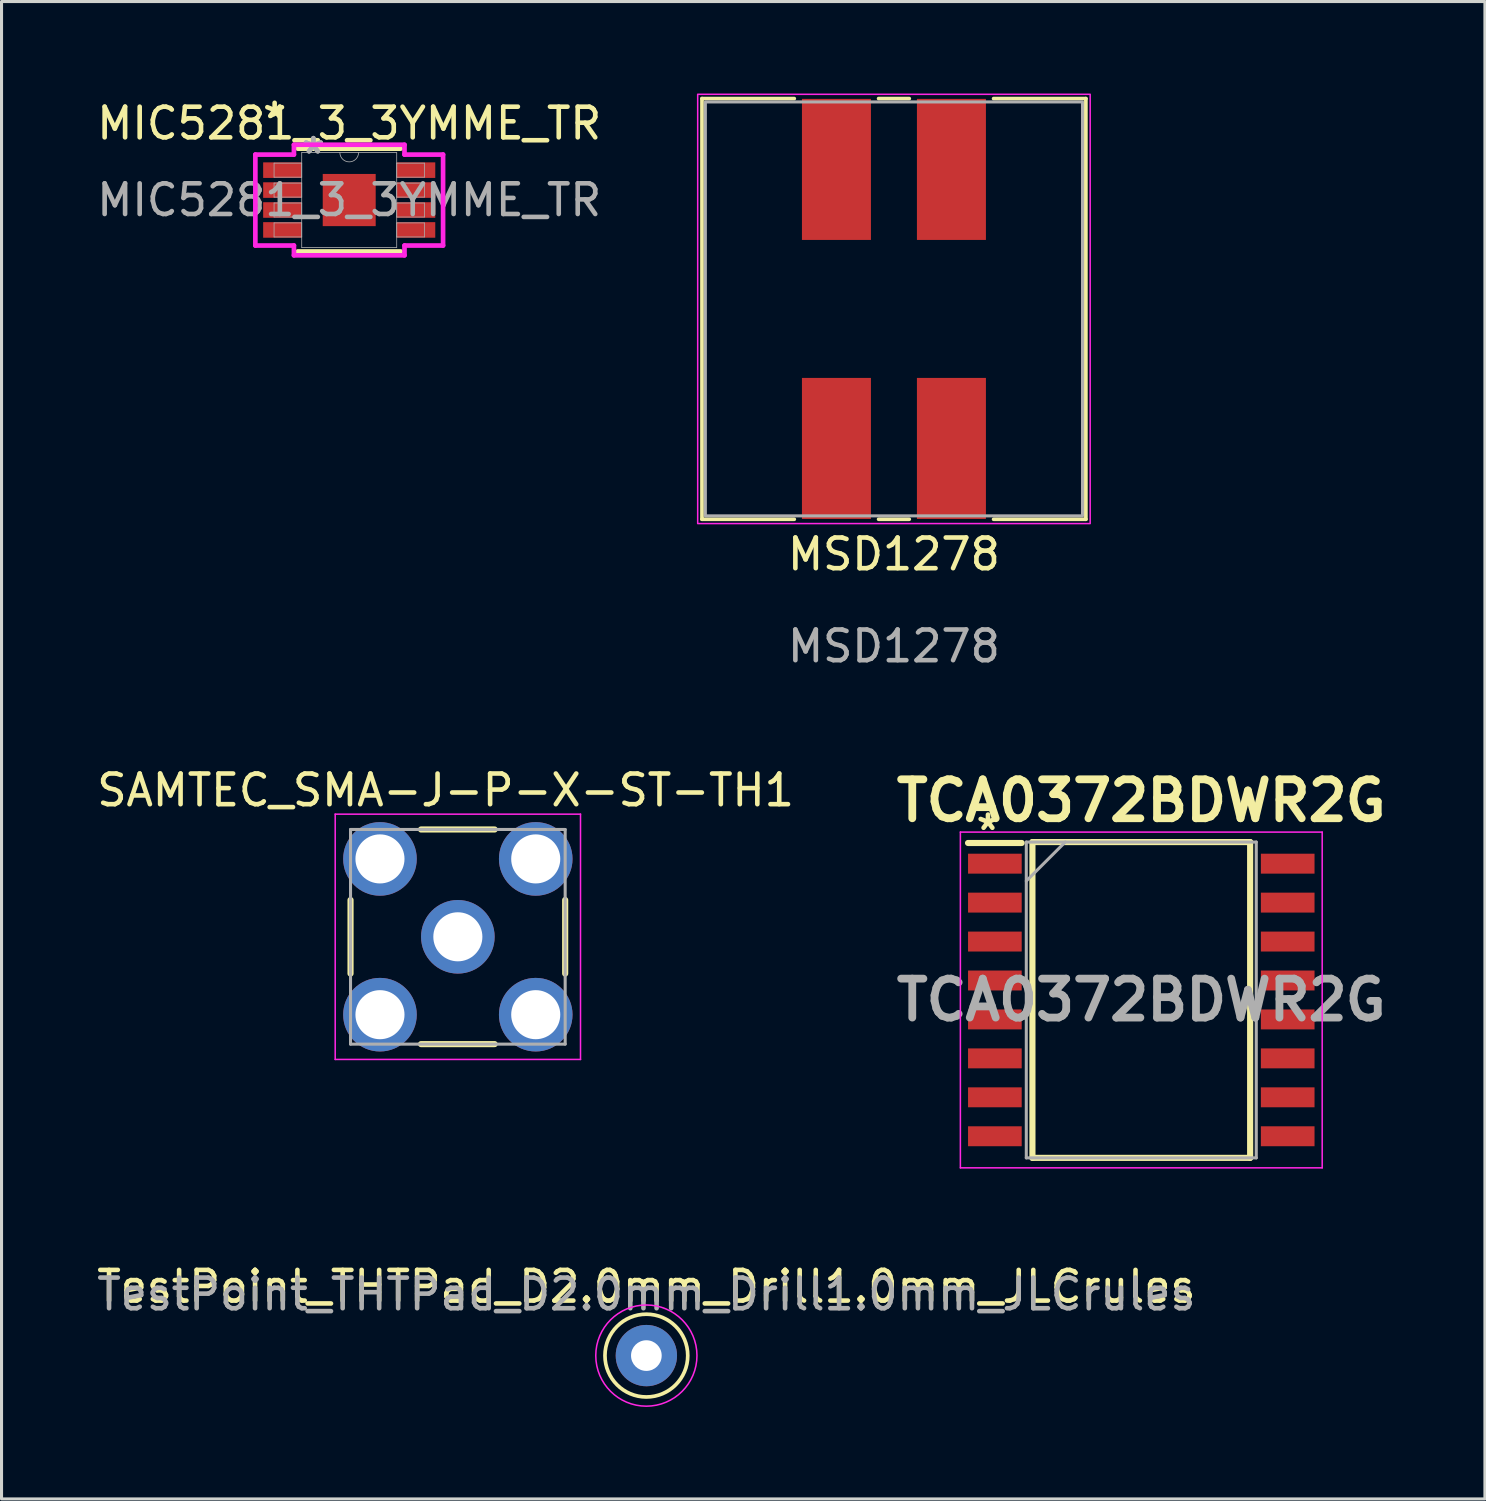
<source format=kicad_pcb>
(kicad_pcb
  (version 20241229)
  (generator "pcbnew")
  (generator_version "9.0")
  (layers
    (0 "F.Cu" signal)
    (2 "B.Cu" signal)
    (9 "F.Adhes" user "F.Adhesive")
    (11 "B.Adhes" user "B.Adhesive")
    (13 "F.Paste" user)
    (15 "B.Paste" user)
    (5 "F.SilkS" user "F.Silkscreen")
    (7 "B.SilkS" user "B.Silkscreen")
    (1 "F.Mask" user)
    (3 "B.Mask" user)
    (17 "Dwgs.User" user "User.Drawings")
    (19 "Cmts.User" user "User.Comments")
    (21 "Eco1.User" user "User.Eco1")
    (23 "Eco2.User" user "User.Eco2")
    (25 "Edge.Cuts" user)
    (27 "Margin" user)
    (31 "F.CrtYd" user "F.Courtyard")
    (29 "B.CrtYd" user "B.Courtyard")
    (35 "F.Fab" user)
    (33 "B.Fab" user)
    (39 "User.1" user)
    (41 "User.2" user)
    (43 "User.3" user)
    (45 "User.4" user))
  (footprint "MSD1278"
    (layer "F.Cu")
    (at 26.104 7.025)
    (property "Reference" "MSD1278" (at 0 8 0) (unlocked yes) (layer "F.SilkS") (effects (font (size 1 1) (thickness 0.15))))
    (attr smd)
    (fp_line (start -6.26 -6.86) (end -6.26 6.86) (stroke (width 0.12) (type solid)) (layer "F.SilkS"))
    (fp_line (start -6.26 -6.86) (end -3.25 -6.86) (stroke (width 0.12) (type solid)) (layer "F.SilkS"))
    (fp_line (start -6.26 6.86) (end -3.25 6.86) (stroke (width 0.12) (type solid)) (layer "F.SilkS"))
    (fp_line (start -0.5 -6.86) (end 0.5 -6.86) (stroke (width 0.12) (type solid)) (layer "F.SilkS"))
    (fp_line (start -0.5 6.86) (end 0.5 6.86) (stroke (width 0.12) (type solid)) (layer "F.SilkS"))
    (fp_line (start 6.26 -6.86) (end 3.25 -6.86) (stroke (width 0.12) (type solid)) (layer "F.SilkS"))
    (fp_line (start 6.26 -6.86) (end 6.26 6.86) (stroke (width 0.12) (type solid)) (layer "F.SilkS"))
    (fp_line (start 6.26 6.86) (end 3.25 6.86) (stroke (width 0.12) (type solid)) (layer "F.SilkS"))
    (fp_rect (start -6.4 -7) (end 6.4 7) (stroke (width 0.05) (type solid)) (fill no) (layer "F.CrtYd"))
    (fp_rect (start -6.15 -6.75) (end 6.15 6.75) (stroke (width 0.1) (type solid)) (fill no) (layer "F.Fab"))
    (fp_text user "${REFERENCE}" (at 0 11 0) (unlocked yes) (layer "F.Fab") (effects (font (size 1 1) (thickness 0.15))))
    (pad "1" smd rect (at 1.875 -4.55) (size 2.25 4.6) (layers "F.Cu" "F.Mask" "F.Paste"))
    (pad "2" smd rect (at -1.875 -4.55) (size 2.25 4.6) (layers "F.Cu" "F.Mask" "F.Paste"))
    (pad "3" smd rect (at -1.875 4.55) (size 2.25 4.6) (layers "F.Cu" "F.Mask" "F.Paste"))
    (pad "4" smd rect (at 1.875 4.55) (size 2.25 4.6) (layers "F.Cu" "F.Mask" "F.Paste")))
  (footprint "TestPoint_THTPad_D2.0mm_Drill1.0mm_JLCrules"
    (layer "F.Cu")
    (at 18.03 41.16)
    (property "Reference" "TestPoint_THTPad_D2.0mm_Drill1.0mm_JLCrules" (at 0 -2.25 0) (layer "F.SilkS") (effects (font (size 1 1) (thickness 0.15))))
    (attr exclude_from_pos_files exclude_from_bom)
    (fp_circle (center 0 0) (end 1.35 0) (stroke (width 0.12) (type solid)) (fill no) (layer "F.SilkS"))
    (fp_circle (center 0 0) (end 1.65 0) (stroke (width 0.05) (type solid)) (fill no) (layer "F.CrtYd"))
    (fp_text user "${REFERENCE}" (at 0 -2 0) (layer "F.Fab") (effects (font (size 1 1) (thickness 0.15))))
    (pad "1" thru_hole circle (at 0 0) (size 2 2) (drill 1) (layers "*.Cu" "*.Mask")))
  (footprint "SAMTEC_SMA-J-P-X-ST-TH1"
    (layer "F.Cu")
    (at 11.882 27.502)
    (property "Reference" "SAMTEC_SMA-J-P-X-ST-TH1" (at -0.4 -4.78 0) (layer "F.SilkS") (effects (font (size 1 1) (thickness 0.15))))
    (attr through_hole)
    (fp_line (start -3.5 1.2) (end -3.5 -1.2) (stroke (width 0.2) (type solid)) (layer "F.SilkS"))
    (fp_line (start -1.2 -3.5) (end 1.2 -3.5) (stroke (width 0.2) (type solid)) (layer "F.SilkS"))
    (fp_line (start 1.2 3.5) (end -1.2 3.5) (stroke (width 0.2) (type solid)) (layer "F.SilkS"))
    (fp_line (start 3.5 1.2) (end 3.5 -1.2) (stroke (width 0.2) (type solid)) (layer "F.SilkS"))
    (fp_line (start -4 -4) (end -4 4) (stroke (width 0.05) (type solid)) (layer "F.CrtYd"))
    (fp_line (start -4 -4) (end 4 -4) (stroke (width 0.05) (type solid)) (layer "F.CrtYd"))
    (fp_line (start 4 -4) (end 4 4) (stroke (width 0.05) (type solid)) (layer "F.CrtYd"))
    (fp_line (start 4 4) (end -4 4) (stroke (width 0.05) (type solid)) (layer "F.CrtYd"))
    (fp_line (start -3.5 -3.5) (end 3.5 -3.5) (stroke (width 0.1) (type solid)) (layer "F.Fab"))
    (fp_line (start -3.5 3.5) (end -3.5 -3.5) (stroke (width 0.1) (type solid)) (layer "F.Fab"))
    (fp_line (start 3.5 -3.5) (end 3.5 3.5) (stroke (width 0.1) (type solid)) (layer "F.Fab"))
    (fp_line (start 3.5 3.5) (end -3.5 3.5) (stroke (width 0.1) (type solid)) (layer "F.Fab"))
    (pad "1" thru_hole circle (at 0 0) (size 2.4 2.4) (drill 1.6) (layers "*.Cu" "*.Mask"))
    (pad "2" thru_hole circle (at 2.54 2.54) (size 2.4 2.4) (drill 1.6) (layers "*.Cu" "*.Mask"))
    (pad "3" thru_hole circle (at 2.54 -2.54) (size 2.4 2.4) (drill 1.6) (layers "*.Cu" "*.Mask"))
    (pad "4" thru_hole circle (at -2.54 -2.54) (size 2.4 2.4) (drill 1.6) (layers "*.Cu" "*.Mask"))
    (pad "5" thru_hole circle (at -2.54 2.54) (size 2.4 2.4) (drill 1.6) (layers "*.Cu" "*.Mask")))
  (footprint "MIC5281_3_3YMME_TR"
    (layer "F.Cu")
    (at 8.339 3.474)
    (property "Reference" "MIC5281_3_3YMME_TR" (at 0 -2.5 0) (unlocked yes) (layer "F.SilkS") (effects (font (size 1 1) (thickness 0.15))))
    (attr smd)
    (fp_line (start -1.676 1.676) (end 1.676 1.676) (stroke (width 0.152) (type solid)) (layer "F.SilkS"))
    (fp_line (start 1.676 -1.676) (end -1.676 -1.676) (stroke (width 0.152) (type solid)) (layer "F.SilkS"))
    (fp_line (start -3.061 -1.483) (end -1.803 -1.483) (stroke (width 0.152) (type solid)) (layer "F.CrtYd"))
    (fp_line (start -3.061 1.483) (end -3.061 -1.483) (stroke (width 0.152) (type solid)) (layer "F.CrtYd"))
    (fp_line (start -3.061 1.483) (end -1.803 1.483) (stroke (width 0.152) (type solid)) (layer "F.CrtYd"))
    (fp_line (start -1.803 -1.803) (end 1.803 -1.803) (stroke (width 0.152) (type solid)) (layer "F.CrtYd"))
    (fp_line (start -1.803 -1.483) (end -1.803 -1.803) (stroke (width 0.152) (type solid)) (layer "F.CrtYd"))
    (fp_line (start -1.803 1.803) (end -1.803 1.483) (stroke (width 0.152) (type solid)) (layer "F.CrtYd"))
    (fp_line (start 1.803 -1.803) (end 1.803 -1.483) (stroke (width 0.152) (type solid)) (layer "F.CrtYd"))
    (fp_line (start 1.803 1.483) (end 1.803 1.803) (stroke (width 0.152) (type solid)) (layer "F.CrtYd"))
    (fp_line (start 1.803 1.803) (end -1.803 1.803) (stroke (width 0.152) (type solid)) (layer "F.CrtYd"))
    (fp_line (start 3.061 -1.483) (end 1.803 -1.483) (stroke (width 0.152) (type solid)) (layer "F.CrtYd"))
    (fp_line (start 3.061 -1.483) (end 3.061 1.483) (stroke (width 0.152) (type solid)) (layer "F.CrtYd"))
    (fp_line (start 3.061 1.483) (end 1.803 1.483) (stroke (width 0.152) (type solid)) (layer "F.CrtYd"))
    (fp_line (start -2.451 -1.204) (end -2.451 -0.746) (stroke (width 0.025) (type solid)) (layer "F.Fab"))
    (fp_line (start -2.451 -0.746) (end -1.549 -0.746) (stroke (width 0.025) (type solid)) (layer "F.Fab"))
    (fp_line (start -2.451 -0.554) (end -2.451 -0.096) (stroke (width 0.025) (type solid)) (layer "F.Fab"))
    (fp_line (start -2.451 -0.096) (end -1.549 -0.096) (stroke (width 0.025) (type solid)) (layer "F.Fab"))
    (fp_line (start -2.451 0.096) (end -2.451 0.554) (stroke (width 0.025) (type solid)) (layer "F.Fab"))
    (fp_line (start -2.451 0.554) (end -1.549 0.554) (stroke (width 0.025) (type solid)) (layer "F.Fab"))
    (fp_line (start -2.451 0.746) (end -2.451 1.204) (stroke (width 0.025) (type solid)) (layer "F.Fab"))
    (fp_line (start -2.451 1.204) (end -1.549 1.204) (stroke (width 0.025) (type solid)) (layer "F.Fab"))
    (fp_line (start -1.549 -1.549) (end -1.549 1.549) (stroke (width 0.025) (type solid)) (layer "F.Fab"))
    (fp_line (start -1.549 -1.204) (end -2.451 -1.204) (stroke (width 0.025) (type solid)) (layer "F.Fab"))
    (fp_line (start -1.549 -0.746) (end -1.549 -1.204) (stroke (width 0.025) (type solid)) (layer "F.Fab"))
    (fp_line (start -1.549 -0.554) (end -2.451 -0.554) (stroke (width 0.025) (type solid)) (layer "F.Fab"))
    (fp_line (start -1.549 -0.096) (end -1.549 -0.554) (stroke (width 0.025) (type solid)) (layer "F.Fab"))
    (fp_line (start -1.549 0.096) (end -2.451 0.096) (stroke (width 0.025) (type solid)) (layer "F.Fab"))
    (fp_line (start -1.549 0.554) (end -1.549 0.096) (stroke (width 0.025) (type solid)) (layer "F.Fab"))
    (fp_line (start -1.549 0.746) (end -2.451 0.746) (stroke (width 0.025) (type solid)) (layer "F.Fab"))
    (fp_line (start -1.549 1.204) (end -1.549 0.746) (stroke (width 0.025) (type solid)) (layer "F.Fab"))
    (fp_line (start -1.549 1.549) (end 1.549 1.549) (stroke (width 0.025) (type solid)) (layer "F.Fab"))
    (fp_line (start 1.549 -1.549) (end -1.549 -1.549) (stroke (width 0.025) (type solid)) (layer "F.Fab"))
    (fp_line (start 1.549 -1.204) (end 1.549 -0.746) (stroke (width 0.025) (type solid)) (layer "F.Fab"))
    (fp_line (start 1.549 -0.746) (end 2.451 -0.746) (stroke (width 0.025) (type solid)) (layer "F.Fab"))
    (fp_line (start 1.549 -0.554) (end 1.549 -0.096) (stroke (width 0.025) (type solid)) (layer "F.Fab"))
    (fp_line (start 1.549 -0.096) (end 2.451 -0.096) (stroke (width 0.025) (type solid)) (layer "F.Fab"))
    (fp_line (start 1.549 0.096) (end 1.549 0.554) (stroke (width 0.025) (type solid)) (layer "F.Fab"))
    (fp_line (start 1.549 0.554) (end 2.451 0.554) (stroke (width 0.025) (type solid)) (layer "F.Fab"))
    (fp_line (start 1.549 0.746) (end 1.549 1.204) (stroke (width 0.025) (type solid)) (layer "F.Fab"))
    (fp_line (start 1.549 1.204) (end 2.451 1.204) (stroke (width 0.025) (type solid)) (layer "F.Fab"))
    (fp_line (start 1.549 1.549) (end 1.549 -1.549) (stroke (width 0.025) (type solid)) (layer "F.Fab"))
    (fp_line (start 2.451 -1.204) (end 1.549 -1.204) (stroke (width 0.025) (type solid)) (layer "F.Fab"))
    (fp_line (start 2.451 -0.746) (end 2.451 -1.204) (stroke (width 0.025) (type solid)) (layer "F.Fab"))
    (fp_line (start 2.451 -0.554) (end 1.549 -0.554) (stroke (width 0.025) (type solid)) (layer "F.Fab"))
    (fp_line (start 2.451 -0.096) (end 2.451 -0.554) (stroke (width 0.025) (type solid)) (layer "F.Fab"))
    (fp_line (start 2.451 0.096) (end 1.549 0.096) (stroke (width 0.025) (type solid)) (layer "F.Fab"))
    (fp_line (start 2.451 0.554) (end 2.451 0.096) (stroke (width 0.025) (type solid)) (layer "F.Fab"))
    (fp_line (start 2.451 0.746) (end 1.549 0.746) (stroke (width 0.025) (type solid)) (layer "F.Fab"))
    (fp_line (start 2.451 1.204) (end 2.451 0.746) (stroke (width 0.025) (type solid)) (layer "F.Fab"))
    (fp_arc (start 0.3048 -1.5494) (mid 0 -1.2446) (end -0.3048 -1.5494) (stroke (width 0.0254) (type solid)) (layer "F.Fab"))
    (fp_text user "*" (at -2.432 -2.626 0) (unlocked yes) (layer "F.SilkS") (effects (font (size 1 1) (thickness 0.15))))
    (fp_text user "*" (at -1.168 -1.473 0) (layer "F.Fab") (effects (font (size 1 1) (thickness 0.15))))
    (fp_text user "${REFERENCE}" (at 0 0 0) (unlocked yes) (layer "F.Fab") (effects (font (size 1 1) (thickness 0.15))))
    (fp_text user "*" (at -1.168 -1.473 0) (unlocked yes) (layer "F.Fab") (effects (font (size 1 1) (thickness 0.15))))
    (pad "1" smd rect (at -2.178 -0.975) (size 1.257 0.508) (layers "F.Cu" "F.Mask" "F.Paste"))
    (pad "2" smd rect (at -2.178 -0.325) (size 1.257 0.508) (layers "F.Cu" "F.Mask" "F.Paste"))
    (pad "3" smd rect (at -2.178 0.325) (size 1.257 0.508) (layers "F.Cu" "F.Mask" "F.Paste"))
    (pad "4" smd rect (at -2.178 0.975) (size 1.257 0.508) (layers "F.Cu" "F.Mask" "F.Paste"))
    (pad "5" smd rect (at 2.178 0.975) (size 1.257 0.508) (layers "F.Cu" "F.Mask" "F.Paste"))
    (pad "6" smd rect (at 2.178 0.325) (size 1.257 0.508) (layers "F.Cu" "F.Mask" "F.Paste"))
    (pad "7" smd rect (at 2.178 -0.325) (size 1.257 0.508) (layers "F.Cu" "F.Mask" "F.Paste"))
    (pad "8" smd rect (at 2.178 -0.975) (size 1.257 0.508) (layers "F.Cu" "F.Mask" "F.Paste"))
    (pad "EPAD" smd rect (at 0 0) (size 1.727 1.702) (layers "F.Cu" "F.Mask" "F.Paste")))
  (footprint "TCA0372BDWR2G"
    (layer "F.Cu")
    (at 34.171 29.562)
    (property "Reference" "TCA0372BDWR2G" (at 0 -6.5 0) (layer "F.SilkS") (effects (font (size 1.27 1.27) (thickness 0.254))))
    (attr smd)
    (fp_line (start -5.65 -5.12) (end -3.9 -5.12) (stroke (width 0.2) (type solid)) (layer "F.SilkS"))
    (fp_line (start -3.55 -5.15) (end 3.55 -5.15) (stroke (width 0.2) (type solid)) (layer "F.SilkS"))
    (fp_line (start -3.55 5.15) (end -3.55 -5.15) (stroke (width 0.2) (type solid)) (layer "F.SilkS"))
    (fp_line (start 3.55 -5.15) (end 3.55 5.15) (stroke (width 0.2) (type solid)) (layer "F.SilkS"))
    (fp_line (start 3.55 5.15) (end -3.55 5.15) (stroke (width 0.2) (type solid)) (layer "F.SilkS"))
    (fp_line (start -5.9 -5.475) (end 5.9 -5.475) (stroke (width 0.05) (type solid)) (layer "F.CrtYd"))
    (fp_line (start -5.9 5.475) (end -5.9 -5.475) (stroke (width 0.05) (type solid)) (layer "F.CrtYd"))
    (fp_line (start 5.9 -5.475) (end 5.9 5.475) (stroke (width 0.05) (type solid)) (layer "F.CrtYd"))
    (fp_line (start 5.9 5.475) (end -5.9 5.475) (stroke (width 0.05) (type solid)) (layer "F.CrtYd"))
    (fp_line (start -3.75 -5.15) (end 3.75 -5.15) (stroke (width 0.1) (type solid)) (layer "F.Fab"))
    (fp_line (start -3.75 -3.88) (end -2.48 -5.15) (stroke (width 0.1) (type solid)) (layer "F.Fab"))
    (fp_line (start -3.75 5.15) (end -3.75 -5.15) (stroke (width 0.1) (type solid)) (layer "F.Fab"))
    (fp_line (start 3.75 -5.15) (end 3.75 5.15) (stroke (width 0.1) (type solid)) (layer "F.Fab"))
    (fp_line (start 3.75 5.15) (end -3.75 5.15) (stroke (width 0.1) (type solid)) (layer "F.Fab"))
    (fp_text user "*" (at -5 -5.5 0) (unlocked yes) (layer "F.SilkS") (effects (font (size 1 1) (thickness 0.15))))
    (fp_text user "${REFERENCE}" (at 0 0 0) (layer "F.Fab") (effects (font (size 1.27 1.27) (thickness 0.254))))
    (pad "1" smd rect (at -4.775 -4.445 90) (size 0.65 1.75) (layers "F.Cu" "F.Mask" "F.Paste"))
    (pad "2" smd rect (at -4.775 -3.175 90) (size 0.65 1.75) (layers "F.Cu" "F.Mask" "F.Paste"))
    (pad "3" smd rect (at -4.775 -1.905 90) (size 0.65 1.75) (layers "F.Cu" "F.Mask" "F.Paste"))
    (pad "4" smd rect (at -4.775 -0.635 90) (size 0.65 1.75) (layers "F.Cu" "F.Mask" "F.Paste"))
    (pad "5" smd rect (at -4.775 0.635 90) (size 0.65 1.75) (layers "F.Cu" "F.Mask" "F.Paste"))
    (pad "6" smd rect (at -4.775 1.905 90) (size 0.65 1.75) (layers "F.Cu" "F.Mask" "F.Paste"))
    (pad "7" smd rect (at -4.775 3.175 90) (size 0.65 1.75) (layers "F.Cu" "F.Mask" "F.Paste"))
    (pad "8" smd rect (at -4.775 4.445 90) (size 0.65 1.75) (layers "F.Cu" "F.Mask" "F.Paste"))
    (pad "9" smd rect (at 4.775 4.445 90) (size 0.65 1.75) (layers "F.Cu" "F.Mask" "F.Paste"))
    (pad "10" smd rect (at 4.775 3.175 90) (size 0.65 1.75) (layers "F.Cu" "F.Mask" "F.Paste"))
    (pad "11" smd rect (at 4.775 1.905 90) (size 0.65 1.75) (layers "F.Cu" "F.Mask" "F.Paste"))
    (pad "12" smd rect (at 4.775 0.635 90) (size 0.65 1.75) (layers "F.Cu" "F.Mask" "F.Paste"))
    (pad "13" smd rect (at 4.775 -0.635 90) (size 0.65 1.75) (layers "F.Cu" "F.Mask" "F.Paste"))
    (pad "14" smd rect (at 4.775 -1.905 90) (size 0.65 1.75) (layers "F.Cu" "F.Mask" "F.Paste"))
    (pad "15" smd rect (at 4.775 -3.175 90) (size 0.65 1.75) (layers "F.Cu" "F.Mask" "F.Paste"))
    (pad "16" smd rect (at 4.775 -4.445 90) (size 0.65 1.75) (layers "F.Cu" "F.Mask" "F.Paste")))
  (gr_rect
    (start -3 -3)
    (end 45.378 45.835)
    (stroke (width 0.1) (type default))
    (fill no)
    (layer "Edge.Cuts")))
</source>
